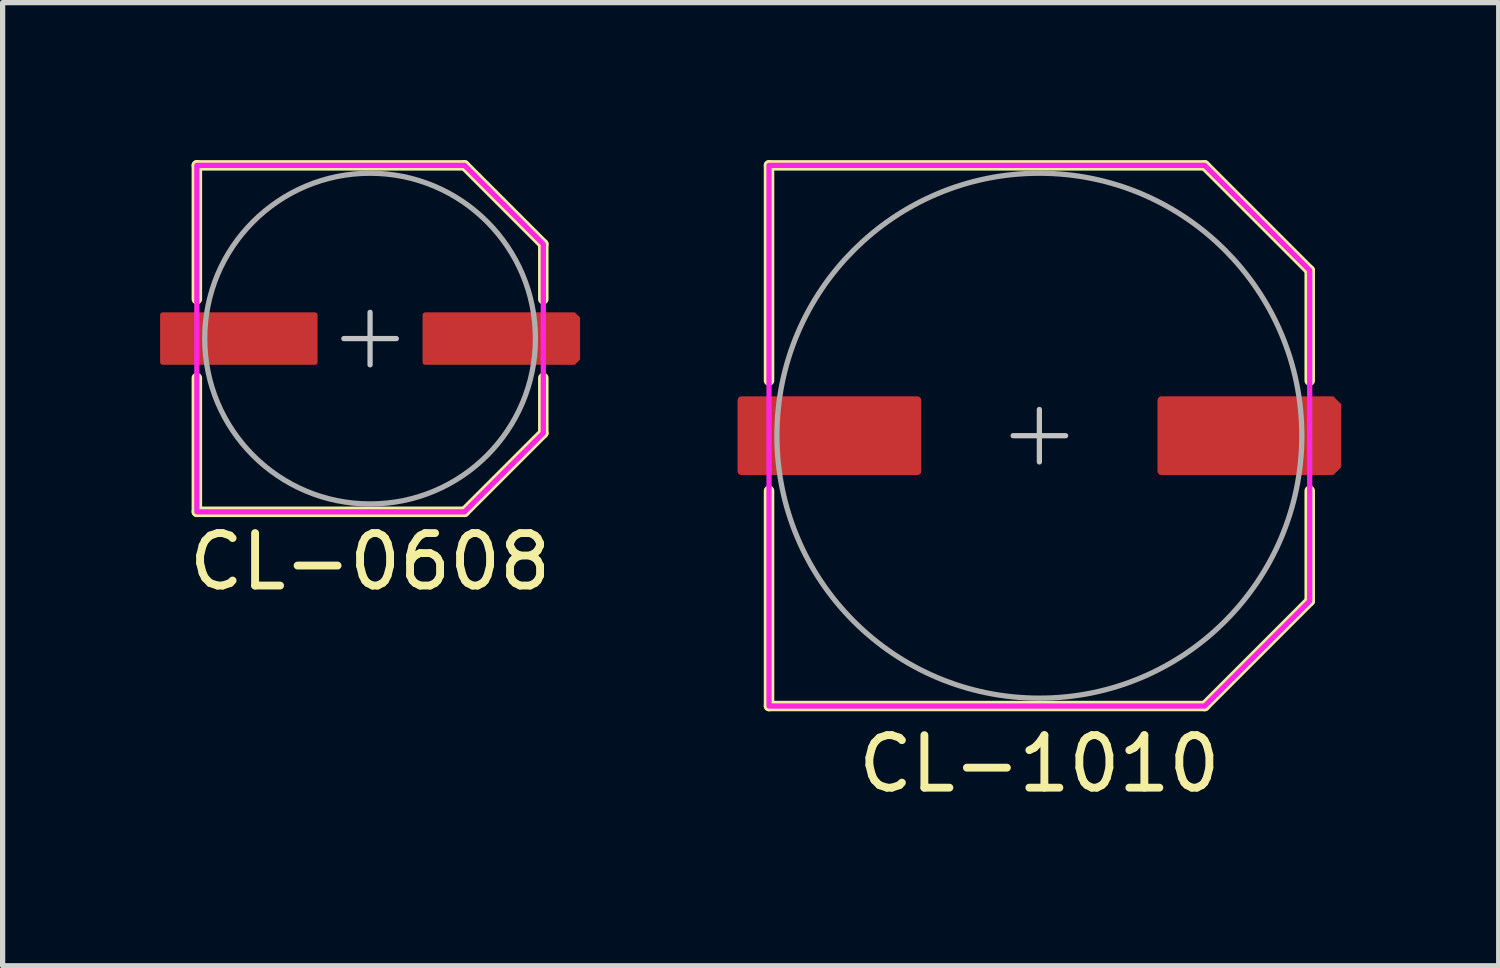
<source format=kicad_pcb>
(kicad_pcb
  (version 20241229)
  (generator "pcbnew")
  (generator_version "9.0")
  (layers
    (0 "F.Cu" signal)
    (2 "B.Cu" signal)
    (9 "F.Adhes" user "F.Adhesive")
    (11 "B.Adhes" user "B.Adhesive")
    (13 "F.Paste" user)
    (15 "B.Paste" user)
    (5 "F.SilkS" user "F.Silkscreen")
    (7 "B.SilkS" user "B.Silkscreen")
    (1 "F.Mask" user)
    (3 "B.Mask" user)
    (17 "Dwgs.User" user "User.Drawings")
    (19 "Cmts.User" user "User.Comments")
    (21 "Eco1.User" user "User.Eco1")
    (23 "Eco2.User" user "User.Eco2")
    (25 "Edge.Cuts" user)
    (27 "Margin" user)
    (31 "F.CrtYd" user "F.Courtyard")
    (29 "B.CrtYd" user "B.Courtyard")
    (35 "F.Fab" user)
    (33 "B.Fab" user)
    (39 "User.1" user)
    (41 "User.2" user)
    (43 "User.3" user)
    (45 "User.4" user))
  (footprint "CL-1010"
    (layer "F.Cu")
    (at 16.75 5.25)
    (property "Reference" "CL-1010" (at 0 6.25 0) (unlocked yes) (layer "F.SilkS") (effects (font (size 1 1) (thickness 0.15))))
    (attr smd)
    (fp_line (start -5.15 -5.15) (end 3.15 -5.15) (stroke (width 0.2) (type solid)) (layer "F.SilkS"))
    (fp_line (start -5.15 -1.05) (end -5.15 -5.15) (stroke (width 0.2) (type solid)) (layer "F.SilkS"))
    (fp_line (start -5.15 1.05) (end -5.15 5.15) (stroke (width 0.2) (type solid)) (layer "F.SilkS"))
    (fp_line (start -5.15 5.15) (end 3.15 5.15) (stroke (width 0.2) (type solid)) (layer "F.SilkS"))
    (fp_line (start 3.15 -5.15) (end 5.15 -3.15) (stroke (width 0.2) (type solid)) (layer "F.SilkS"))
    (fp_line (start 3.15 5.15) (end 5.15 3.15) (stroke (width 0.2) (type solid)) (layer "F.SilkS"))
    (fp_line (start 5.15 -3.15) (end 5.15 -1.05) (stroke (width 0.2) (type solid)) (layer "F.SilkS"))
    (fp_line (start 5.15 3.15) (end 5.15 1.05) (stroke (width 0.2) (type solid)) (layer "F.SilkS"))
    (fp_line (start -0.5 0) (end 0.5 0) (stroke (width 0.1) (type solid)) (layer "Dwgs.User"))
    (fp_line (start 0 -0.5) (end 0 0.5) (stroke (width 0.1) (type solid)) (layer "Dwgs.User"))
    (fp_poly (pts (xy 5.15 -3.15) (xy 5.15 3.15) (xy 3.15 5.15) (xy -5.15 5.15) (xy -5.15 -5.15) (xy 3.15 -5.15)) (stroke (width 0.1) (type solid)) (fill no) (layer "F.CrtYd"))
    (fp_circle (center 0 0) (end 5 0) (stroke (width 0.1) (type solid)) (fill no) (layer "F.Fab"))
    (pad "1" smd roundrect (at 4 0) (size 3.5 1.5) (layers "F.Cu" "F.Mask" "F.Paste") (roundrect_rratio 0.05) (chamfer_ratio 0.1) (chamfer top_right bottom_right))
    (pad "2" smd roundrect (at -4 0) (size 3.5 1.5) (layers "F.Cu" "F.Mask" "F.Paste") (roundrect_rratio 0.05)))
  (footprint "CL-0608"
    (layer "F.Cu")
    (at 4 3.4)
    (property "Reference" "CL-0608" (at 0 4.25 0) (unlocked yes) (layer "F.SilkS") (effects (font (size 1 1) (thickness 0.15))))
    (attr smd)
    (fp_line (start -3.3 -3.3) (end 1.8 -3.3) (stroke (width 0.2) (type solid)) (layer "F.SilkS"))
    (fp_line (start -3.3 -0.75) (end -3.3 -3.3) (stroke (width 0.2) (type solid)) (layer "F.SilkS"))
    (fp_line (start -3.3 0.75) (end -3.3 3.3) (stroke (width 0.2) (type solid)) (layer "F.SilkS"))
    (fp_line (start -3.3 3.3) (end 1.8 3.3) (stroke (width 0.2) (type solid)) (layer "F.SilkS"))
    (fp_line (start 1.8 -3.3) (end 3.3 -1.8) (stroke (width 0.2) (type solid)) (layer "F.SilkS"))
    (fp_line (start 1.8 3.3) (end 3.3 1.8) (stroke (width 0.2) (type solid)) (layer "F.SilkS"))
    (fp_line (start 3.3 -1.8) (end 3.3 -0.75) (stroke (width 0.2) (type solid)) (layer "F.SilkS"))
    (fp_line (start 3.3 1.8) (end 3.3 0.75) (stroke (width 0.2) (type solid)) (layer "F.SilkS"))
    (fp_line (start -0.5 0) (end 0.5 0) (stroke (width 0.1) (type solid)) (layer "Dwgs.User"))
    (fp_line (start 0 -0.5) (end 0 0.5) (stroke (width 0.1) (type solid)) (layer "Dwgs.User"))
    (fp_poly (pts (xy 3.3 -1.8) (xy 3.3 1.8) (xy 1.8 3.3) (xy -3.3 3.3) (xy -3.3 -3.3) (xy 1.8 -3.3)) (stroke (width 0.1) (type solid)) (fill no) (layer "F.CrtYd"))
    (fp_circle (center 0 0) (end 3.15 0) (stroke (width 0.1) (type solid)) (fill no) (layer "F.Fab"))
    (pad "1" smd roundrect (at 2.5 0) (size 3 1) (layers "F.Cu" "F.Mask" "F.Paste") (roundrect_rratio 0.05) (chamfer_ratio 0.1) (chamfer top_right bottom_right))
    (pad "2" smd roundrect (at -2.5 0) (size 3 1) (layers "F.Cu" "F.Mask" "F.Paste") (roundrect_rratio 0.05)))
  (gr_rect
    (start -3 -3)
    (end 25.5 15.348)
    (stroke (width 0.1) (type default))
    (fill no)
    (layer "Edge.Cuts")))
</source>
